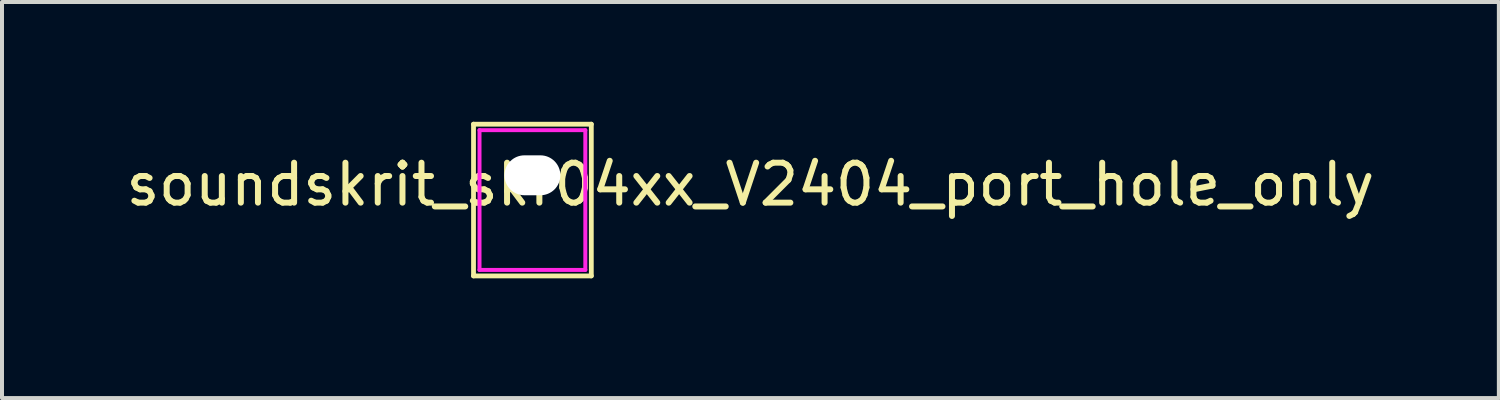
<source format=kicad_pcb>
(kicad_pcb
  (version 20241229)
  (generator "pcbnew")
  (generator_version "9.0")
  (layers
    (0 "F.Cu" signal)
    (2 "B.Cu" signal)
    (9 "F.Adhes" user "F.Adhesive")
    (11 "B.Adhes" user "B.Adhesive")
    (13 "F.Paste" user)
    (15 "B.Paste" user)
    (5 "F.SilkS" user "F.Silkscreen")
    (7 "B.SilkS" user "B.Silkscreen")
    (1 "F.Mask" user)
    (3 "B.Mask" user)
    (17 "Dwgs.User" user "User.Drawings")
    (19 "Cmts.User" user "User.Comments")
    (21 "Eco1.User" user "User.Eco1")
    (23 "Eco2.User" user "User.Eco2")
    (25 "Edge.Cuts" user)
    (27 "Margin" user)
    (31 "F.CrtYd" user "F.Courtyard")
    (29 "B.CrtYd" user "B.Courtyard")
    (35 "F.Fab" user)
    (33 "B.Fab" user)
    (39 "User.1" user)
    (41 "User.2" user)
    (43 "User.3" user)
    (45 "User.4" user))
  (footprint "soundskrit_skr04xx_V2404_port_hole_only"
    (layer "F.Cu")
    (at 10.284 1.34)
    (property "Reference" "soundskrit_skr04xx_V2404_port_hole_only" (at 5.46 0.23 0) (layer "F.SilkS") (effects (font (size 1 1) (thickness 0.15))))
    (attr smd)
    (fp_line (start -1.475 -1.28) (end -1.475 2.52) (stroke (width 0.12) (type solid)) (layer "F.SilkS"))
    (fp_line (start -1.475 -1.28) (end 1.475 -1.28) (stroke (width 0.12) (type solid)) (layer "F.SilkS"))
    (fp_line (start -1.475 2.52) (end 1.475 2.52) (stroke (width 0.12) (type solid)) (layer "F.SilkS"))
    (fp_line (start 1.475 -1.28) (end 1.475 2.52) (stroke (width 0.12) (type solid)) (layer "F.SilkS"))
    (fp_line (start -1.325 -1.13) (end -1.325 2.37) (stroke (width 0.1) (type solid)) (layer "F.CrtYd"))
    (fp_line (start 1.325 -1.13) (end -1.325 -1.13) (stroke (width 0.1) (type solid)) (layer "F.CrtYd"))
    (fp_line (start 1.325 -1.13) (end 1.325 2.37) (stroke (width 0.1) (type solid)) (layer "F.CrtYd"))
    (fp_line (start 1.325 2.37) (end -1.325 2.37) (stroke (width 0.1) (type solid)) (layer "F.CrtYd"))
    (pad "" np_thru_hole oval (at 0 0) (size 1.4 1) (drill oval 1.4 1) (layers "*.Cu" "*.Mask")))
  (gr_rect
    (start -3 -3)
    (end 34.488 6.92)
    (stroke (width 0.1) (type default))
    (fill no)
    (layer "Edge.Cuts")))
</source>
